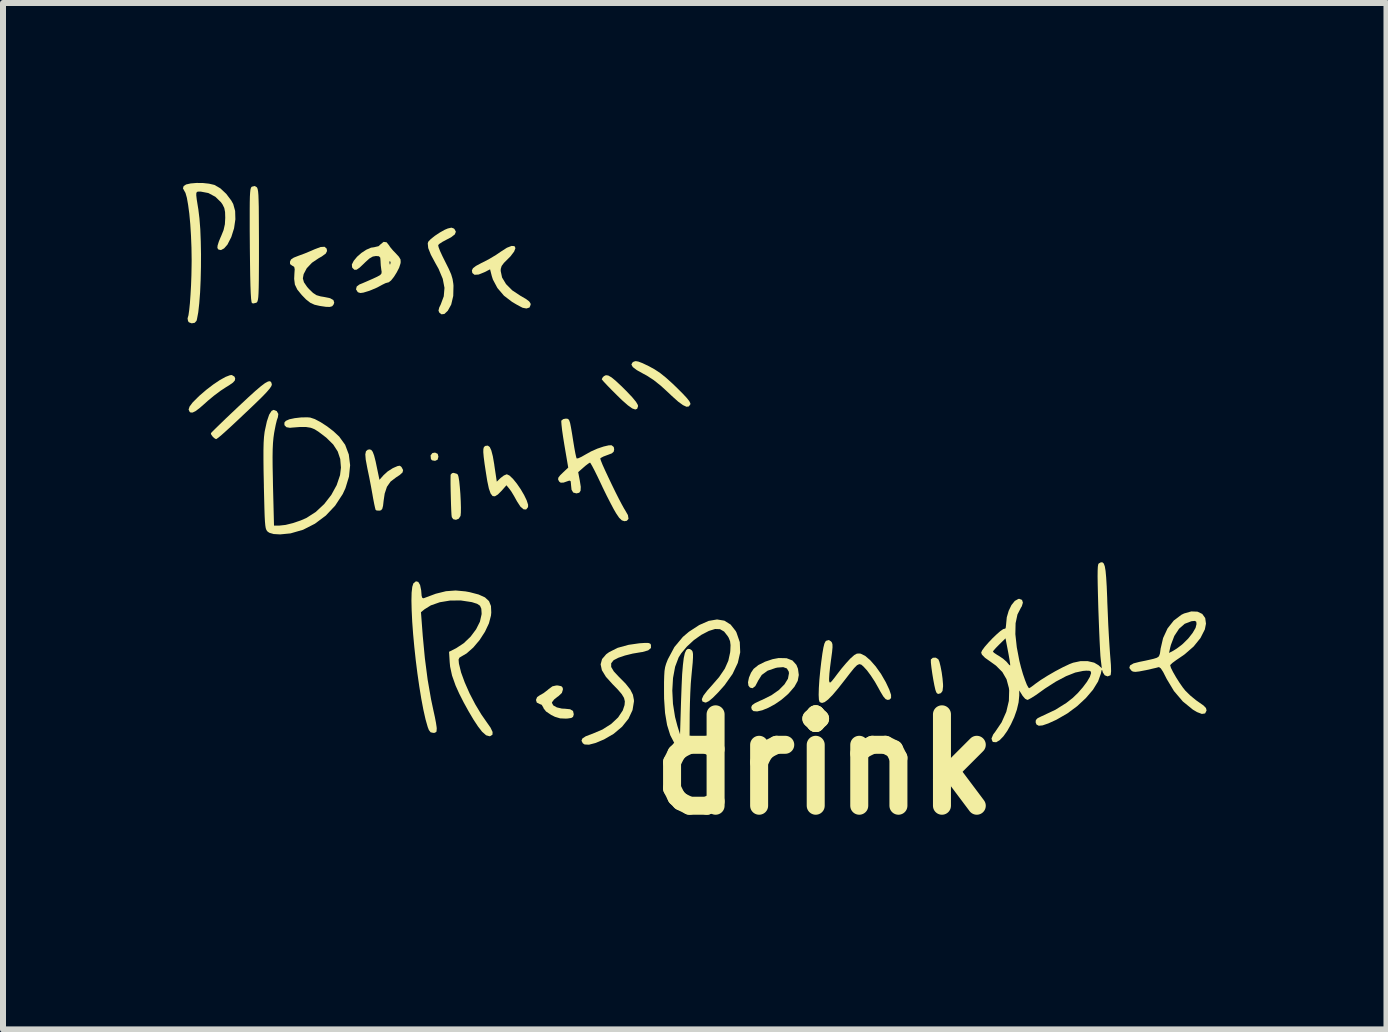
<source format=kicad_pcb>
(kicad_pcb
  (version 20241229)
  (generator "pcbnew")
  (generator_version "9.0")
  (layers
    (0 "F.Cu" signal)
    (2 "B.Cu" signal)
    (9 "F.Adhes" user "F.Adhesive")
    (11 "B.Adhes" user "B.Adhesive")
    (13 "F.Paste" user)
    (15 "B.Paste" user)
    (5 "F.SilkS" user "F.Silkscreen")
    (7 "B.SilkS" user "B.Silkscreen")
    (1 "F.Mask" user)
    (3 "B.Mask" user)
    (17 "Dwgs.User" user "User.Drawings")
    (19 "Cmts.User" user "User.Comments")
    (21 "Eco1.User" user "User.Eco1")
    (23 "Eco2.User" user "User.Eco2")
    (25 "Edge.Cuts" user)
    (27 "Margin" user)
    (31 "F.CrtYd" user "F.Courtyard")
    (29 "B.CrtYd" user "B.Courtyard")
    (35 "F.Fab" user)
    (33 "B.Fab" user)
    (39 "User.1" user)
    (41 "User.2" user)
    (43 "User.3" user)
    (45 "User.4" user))
  (footprint "drink"
    (layer "F.Cu")
    (at 10.694 9.693)
    (property "Reference" "drink" (at 0 0 0) (layer "F.SilkS") (effects (font (size 1.524 1.524) (thickness 0.3))))
    (attr board_only exclude_from_pos_files exclude_from_bom)
    (fp_poly (pts (xy -6.447 -5.177) (xy -6.435 -5.129) (xy -6.449 -5.079) (xy -6.491 -5.06) (xy -6.542 -5.069) (xy -6.56 -5.09) (xy -6.566 -5.151) (xy -6.536 -5.19) (xy -6.491 -5.198)) (stroke (width 0) (type solid)) (fill yes) (layer "F.SilkS"))
    (fp_poly (pts (xy -3.604 -6.483) (xy -3.551 -6.453) (xy -3.481 -6.396) (xy -3.387 -6.308) (xy -3.308 -6.23) (xy -3.206 -6.123) (xy -3.141 -6.044) (xy -3.11 -5.991) (xy -3.107 -5.971) (xy -3.122 -5.928) (xy -3.153 -5.916) (xy -3.204 -5.934) (xy -3.277 -5.986) (xy -3.376 -6.073) (xy -3.462 -6.157) (xy -3.551 -6.246) (xy -3.626 -6.323) (xy -3.681 -6.382) (xy -3.71 -6.417) (xy -3.712 -6.422) (xy -3.696 -6.452) (xy -3.675 -6.473) (xy -3.643 -6.488)) (stroke (width 0) (type solid)) (fill yes) (layer "F.SilkS"))
    (fp_poly (pts (xy 1.899 -1.752) (xy 1.917 -1.71) (xy 1.936 -1.633) (xy 1.955 -1.535) (xy 1.969 -1.432) (xy 1.977 -1.338) (xy 1.978 -1.301) (xy 1.969 -1.224) (xy 1.942 -1.188) (xy 1.94 -1.187) (xy 1.898 -1.174) (xy 1.877 -1.184) (xy 1.864 -1.203) (xy 1.85 -1.242) (xy 1.833 -1.316) (xy 1.815 -1.411) (xy 1.798 -1.514) (xy 1.784 -1.613) (xy 1.775 -1.693) (xy 1.774 -1.743) (xy 1.775 -1.75) (xy 1.808 -1.778) (xy 1.857 -1.779)) (stroke (width 0) (type solid)) (fill yes) (layer "F.SilkS"))
    (fp_poly (pts (xy -9.835 -6.464) (xy -9.823 -6.433) (xy -9.829 -6.4) (xy -9.86 -6.365) (xy -9.924 -6.32) (xy -9.975 -6.289) (xy -10.068 -6.228) (xy -10.176 -6.147) (xy -10.281 -6.06) (xy -10.316 -6.028) (xy -10.414 -5.942) (xy -10.484 -5.889) (xy -10.534 -5.865) (xy -10.569 -5.867) (xy -10.583 -5.878) (xy -10.6 -5.915) (xy -10.584 -5.965) (xy -10.533 -6.033) (xy -10.444 -6.122) (xy -10.417 -6.148) (xy -10.304 -6.245) (xy -10.189 -6.333) (xy -10.079 -6.407) (xy -9.983 -6.46) (xy -9.91 -6.488) (xy -9.879 -6.491)) (stroke (width 0) (type solid)) (fill yes) (layer "F.SilkS"))
    (fp_poly (pts (xy -6.13 -4.845) (xy -6.111 -4.83) (xy -6.1 -4.793) (xy -6.088 -4.72) (xy -6.078 -4.621) (xy -6.069 -4.507) (xy -6.063 -4.391) (xy -6.06 -4.284) (xy -6.061 -4.197) (xy -6.066 -4.143) (xy -6.067 -4.141) (xy -6.096 -4.096) (xy -6.143 -4.077) (xy -6.188 -4.087) (xy -6.212 -4.121) (xy -6.217 -4.158) (xy -6.221 -4.231) (xy -6.225 -4.331) (xy -6.228 -4.445) (xy -6.231 -4.563) (xy -6.233 -4.672) (xy -6.233 -4.762) (xy -6.232 -4.821) (xy -6.231 -4.83) (xy -6.208 -4.855) (xy -6.182 -4.86)) (stroke (width 0) (type solid)) (fill yes) (layer "F.SilkS"))
    (fp_poly (pts (xy -3.101 -6.715) (xy -3.033 -6.689) (xy -2.933 -6.641) (xy -2.93 -6.64) (xy -2.83 -6.585) (xy -2.738 -6.524) (xy -2.642 -6.447) (xy -2.53 -6.346) (xy -2.474 -6.292) (xy -2.368 -6.187) (xy -2.296 -6.11) (xy -2.253 -6.056) (xy -2.235 -6.02) (xy -2.235 -6.002) (xy -2.261 -5.967) (xy -2.3 -5.962) (xy -2.358 -5.989) (xy -2.439 -6.048) (xy -2.545 -6.143) (xy -2.59 -6.186) (xy -2.725 -6.31) (xy -2.844 -6.405) (xy -2.959 -6.48) (xy -3.017 -6.511) (xy -3.128 -6.573) (xy -3.195 -6.624) (xy -3.218 -6.665) (xy -3.201 -6.699) (xy -3.179 -6.714) (xy -3.146 -6.723)) (stroke (width 0) (type solid)) (fill yes) (layer "F.SilkS"))
    (fp_poly (pts (xy -9.224 -6.373) (xy -9.213 -6.34) (xy -9.212 -6.335) (xy -9.219 -6.308) (xy -9.247 -6.266) (xy -9.299 -6.205) (xy -9.379 -6.122) (xy -9.491 -6.013) (xy -9.579 -5.929) (xy -9.743 -5.774) (xy -9.875 -5.65) (xy -9.978 -5.556) (xy -10.054 -5.488) (xy -10.105 -5.446) (xy -10.135 -5.425) (xy -10.143 -5.422) (xy -10.169 -5.437) (xy -10.196 -5.461) (xy -10.224 -5.5) (xy -10.228 -5.521) (xy -10.209 -5.542) (xy -10.159 -5.592) (xy -10.083 -5.666) (xy -9.986 -5.76) (xy -9.872 -5.868) (xy -9.763 -5.971) (xy -9.611 -6.113) (xy -9.49 -6.223) (xy -9.396 -6.303) (xy -9.326 -6.356) (xy -9.276 -6.383) (xy -9.243 -6.388)) (stroke (width 0) (type solid)) (fill yes) (layer "F.SilkS"))
    (fp_poly (pts (xy -4.442 -1.315) (xy -4.385 -1.303) (xy -4.362 -1.276) (xy -4.36 -1.246) (xy -4.377 -1.191) (xy -4.433 -1.138) (xy -4.451 -1.126) (xy -4.507 -1.081) (xy -4.539 -1.039) (xy -4.543 -1.026) (xy -4.52 -0.983) (xy -4.461 -0.95) (xy -4.376 -0.93) (xy -4.328 -0.928) (xy -4.239 -0.919) (xy -4.191 -0.89) (xy -4.179 -0.838) (xy -4.18 -0.828) (xy -4.191 -0.792) (xy -4.219 -0.774) (xy -4.278 -0.765) (xy -4.311 -0.763) (xy -4.406 -0.767) (xy -4.493 -0.793) (xy -4.555 -0.824) (xy -4.641 -0.882) (xy -4.682 -0.934) (xy -4.685 -0.945) (xy -4.713 -0.993) (xy -4.746 -1.006) (xy -4.795 -1.03) (xy -4.809 -1.074) (xy -4.79 -1.121) (xy -4.746 -1.152) (xy -4.682 -1.188) (xy -4.613 -1.241) (xy -4.601 -1.252) (xy -4.535 -1.301) (xy -4.47 -1.316)) (stroke (width 0) (type solid)) (fill yes) (layer "F.SilkS"))
    (fp_poly (pts (xy -7.554 -5.242) (xy -7.53 -5.21) (xy -7.507 -5.149) (xy -7.482 -5.051) (xy -7.462 -4.955) (xy -7.418 -4.744) (xy -7.349 -4.822) (xy -7.281 -4.884) (xy -7.198 -4.937) (xy -7.179 -4.946) (xy -7.116 -4.973) (xy -7.081 -4.979) (xy -7.058 -4.965) (xy -7.045 -4.948) (xy -7.024 -4.906) (xy -7.033 -4.867) (xy -7.079 -4.825) (xy -7.143 -4.783) (xy -7.233 -4.714) (xy -7.293 -4.628) (xy -7.331 -4.514) (xy -7.348 -4.399) (xy -7.358 -4.311) (xy -7.371 -4.261) (xy -7.391 -4.237) (xy -7.416 -4.23) (xy -7.464 -4.232) (xy -7.482 -4.243) (xy -7.491 -4.275) (xy -7.506 -4.343) (xy -7.524 -4.437) (xy -7.534 -4.495) (xy -7.559 -4.633) (xy -7.589 -4.789) (xy -7.619 -4.932) (xy -7.623 -4.953) (xy -7.647 -5.081) (xy -7.654 -5.168) (xy -7.643 -5.221) (xy -7.613 -5.246) (xy -7.581 -5.251)) (stroke (width 0) (type solid)) (fill yes) (layer "F.SilkS"))
    (fp_poly (pts (xy -6.179 -8.934) (xy -6.168 -8.925) (xy -6.144 -8.88) (xy -6.162 -8.835) (xy -6.224 -8.787) (xy -6.295 -8.75) (xy -6.368 -8.711) (xy -6.421 -8.676) (xy -6.439 -8.657) (xy -6.433 -8.624) (xy -6.408 -8.559) (xy -6.367 -8.47) (xy -6.322 -8.38) (xy -6.262 -8.26) (xy -6.222 -8.168) (xy -6.199 -8.09) (xy -6.187 -8.014) (xy -6.184 -7.98) (xy -6.188 -7.809) (xy -6.222 -7.665) (xy -6.279 -7.562) (xy -6.335 -7.509) (xy -6.384 -7.503) (xy -6.421 -7.532) (xy -6.434 -7.565) (xy -6.422 -7.615) (xy -6.397 -7.666) (xy -6.346 -7.803) (xy -6.334 -7.944) (xy -6.363 -8.095) (xy -6.433 -8.262) (xy -6.484 -8.353) (xy -6.561 -8.496) (xy -6.605 -8.607) (xy -6.613 -8.686) (xy -6.604 -8.714) (xy -6.563 -8.757) (xy -6.494 -8.812) (xy -6.411 -8.867) (xy -6.329 -8.913) (xy -6.279 -8.934) (xy -6.218 -8.948)) (stroke (width 0) (type solid)) (fill yes) (layer "F.SilkS"))
    (fp_poly (pts (xy -9.466 -9.624) (xy -9.456 -9.612) (xy -9.448 -9.588) (xy -9.441 -9.549) (xy -9.436 -9.491) (xy -9.433 -9.408) (xy -9.43 -9.296) (xy -9.429 -9.151) (xy -9.428 -8.967) (xy -9.427 -8.741) (xy -9.427 -8.656) (xy -9.427 -8.417) (xy -9.428 -8.222) (xy -9.429 -8.066) (xy -9.431 -7.946) (xy -9.434 -7.856) (xy -9.438 -7.791) (xy -9.444 -7.748) (xy -9.451 -7.72) (xy -9.46 -7.705) (xy -9.471 -7.696) (xy -9.471 -7.696) (xy -9.52 -7.684) (xy -9.544 -7.69) (xy -9.551 -7.711) (xy -9.558 -7.765) (xy -9.564 -7.855) (xy -9.569 -7.984) (xy -9.573 -8.153) (xy -9.576 -8.366) (xy -9.579 -8.625) (xy -9.579 -8.656) (xy -9.581 -8.898) (xy -9.581 -9.095) (xy -9.581 -9.253) (xy -9.58 -9.376) (xy -9.578 -9.468) (xy -9.574 -9.534) (xy -9.569 -9.579) (xy -9.562 -9.608) (xy -9.553 -9.624) (xy -9.545 -9.631) (xy -9.497 -9.642)) (stroke (width 0) (type solid)) (fill yes) (layer "F.SilkS"))
    (fp_poly (pts (xy -5.579 -5.29) (xy -5.553 -5.233) (xy -5.528 -5.137) (xy -5.504 -4.998) (xy -5.503 -4.987) (xy -5.462 -4.713) (xy -5.398 -4.775) (xy -5.344 -4.816) (xy -5.299 -4.835) (xy -5.294 -4.836) (xy -5.25 -4.815) (xy -5.192 -4.76) (xy -5.128 -4.681) (xy -5.064 -4.588) (xy -5.007 -4.491) (xy -4.964 -4.402) (xy -4.94 -4.329) (xy -4.941 -4.289) (xy -4.973 -4.249) (xy -5.016 -4.252) (xy -5.068 -4.297) (xy -5.122 -4.38) (xy -5.128 -4.39) (xy -5.175 -4.475) (xy -5.221 -4.551) (xy -5.251 -4.592) (xy -5.301 -4.653) (xy -5.382 -4.561) (xy -5.444 -4.499) (xy -5.493 -4.469) (xy -5.532 -4.473) (xy -5.565 -4.516) (xy -5.594 -4.598) (xy -5.621 -4.725) (xy -5.641 -4.85) (xy -5.665 -5.007) (xy -5.68 -5.123) (xy -5.687 -5.204) (xy -5.686 -5.257) (xy -5.677 -5.288) (xy -5.66 -5.305) (xy -5.65 -5.31) (xy -5.611 -5.314)) (stroke (width 0) (type solid)) (fill yes) (layer "F.SilkS"))
    (fp_poly (pts (xy -5.167 -8.64) (xy -5.151 -8.607) (xy -5.173 -8.549) (xy -5.234 -8.469) (xy -5.275 -8.428) (xy -5.343 -8.36) (xy -5.381 -8.309) (xy -5.396 -8.259) (xy -5.397 -8.226) (xy -5.374 -8.117) (xy -5.308 -8.007) (xy -5.205 -7.903) (xy -5.069 -7.813) (xy -5.066 -7.811) (xy -4.976 -7.759) (xy -4.923 -7.719) (xy -4.9 -7.685) (xy -4.897 -7.664) (xy -4.916 -7.617) (xy -4.967 -7.6) (xy -5.031 -7.612) (xy -5.07 -7.632) (xy -5.136 -7.668) (xy -5.207 -7.71) (xy -5.342 -7.813) (xy -5.452 -7.942) (xy -5.527 -8.083) (xy -5.545 -8.139) (xy -5.574 -8.253) (xy -5.668 -8.205) (xy -5.765 -8.166) (xy -5.833 -8.162) (xy -5.87 -8.192) (xy -5.87 -8.194) (xy -5.877 -8.235) (xy -5.859 -8.272) (xy -5.809 -8.31) (xy -5.721 -8.357) (xy -5.694 -8.37) (xy -5.587 -8.426) (xy -5.475 -8.493) (xy -5.396 -8.547) (xy -5.293 -8.613) (xy -5.216 -8.643)) (stroke (width 0) (type solid)) (fill yes) (layer "F.SilkS"))
    (fp_poly (pts (xy -8.298 -8.598) (xy -8.292 -8.558) (xy -8.313 -8.516) (xy -8.38 -8.467) (xy -8.43 -8.439) (xy -8.543 -8.363) (xy -8.63 -8.271) (xy -8.682 -8.173) (xy -8.695 -8.102) (xy -8.677 -8.037) (xy -8.623 -7.958) (xy -8.591 -7.923) (xy -8.525 -7.859) (xy -8.468 -7.822) (xy -8.399 -7.802) (xy -8.344 -7.793) (xy -8.242 -7.772) (xy -8.186 -7.741) (xy -8.172 -7.698) (xy -8.184 -7.664) (xy -8.207 -7.637) (xy -8.247 -7.626) (xy -8.312 -7.628) (xy -8.414 -7.643) (xy -8.501 -7.663) (xy -8.572 -7.696) (xy -8.642 -7.751) (xy -8.714 -7.825) (xy -8.788 -7.916) (xy -8.828 -7.999) (xy -8.84 -8.094) (xy -8.836 -8.181) (xy -8.831 -8.254) (xy -8.839 -8.293) (xy -8.863 -8.31) (xy -8.871 -8.312) (xy -8.908 -8.34) (xy -8.91 -8.379) (xy -8.893 -8.417) (xy -8.847 -8.448) (xy -8.768 -8.479) (xy -8.665 -8.517) (xy -8.552 -8.564) (xy -8.5 -8.587) (xy -8.4 -8.625) (xy -8.333 -8.629)) (stroke (width 0) (type solid)) (fill yes) (layer "F.SilkS"))
    (fp_poly (pts (xy -0.631 -1.77) (xy -0.533 -1.732) (xy -0.467 -1.659) (xy -0.441 -1.594) (xy -0.427 -1.49) (xy -0.445 -1.393) (xy -0.5 -1.294) (xy -0.595 -1.184) (xy -0.622 -1.158) (xy -0.721 -1.074) (xy -0.828 -1.001) (xy -0.936 -0.943) (xy -1.036 -0.902) (xy -1.121 -0.883) (xy -1.183 -0.888) (xy -1.212 -0.915) (xy -1.22 -0.954) (xy -1.205 -0.987) (xy -1.159 -1.02) (xy -1.078 -1.059) (xy -1.033 -1.078) (xy -0.883 -1.153) (xy -0.759 -1.24) (xy -0.666 -1.334) (xy -0.608 -1.428) (xy -0.591 -1.519) (xy -0.595 -1.547) (xy -0.626 -1.599) (xy -0.687 -1.621) (xy -0.782 -1.614) (xy -0.811 -1.608) (xy -0.947 -1.562) (xy -1.045 -1.491) (xy -1.108 -1.391) (xy -1.113 -1.379) (xy -1.153 -1.304) (xy -1.198 -1.27) (xy -1.241 -1.28) (xy -1.267 -1.313) (xy -1.274 -1.369) (xy -1.258 -1.447) (xy -1.224 -1.528) (xy -1.181 -1.592) (xy -1.101 -1.656) (xy -0.989 -1.712) (xy -0.864 -1.754) (xy -0.763 -1.773)) (stroke (width 0) (type solid)) (fill yes) (layer "F.SilkS"))
    (fp_poly (pts (xy -2.934 -2.024) (xy -2.905 -2.013) (xy -2.892 -1.994) (xy -2.892 -1.94) (xy -2.938 -1.901) (xy -3.031 -1.874) (xy -3.059 -1.87) (xy -3.196 -1.847) (xy -3.325 -1.815) (xy -3.434 -1.778) (xy -3.51 -1.739) (xy -3.515 -1.736) (xy -3.555 -1.685) (xy -3.555 -1.624) (xy -3.511 -1.55) (xy -3.429 -1.462) (xy -3.315 -1.347) (xy -3.238 -1.25) (xy -3.193 -1.162) (xy -3.176 -1.075) (xy -3.175 -1.051) (xy -3.199 -0.905) (xy -3.266 -0.762) (xy -3.373 -0.628) (xy -3.514 -0.509) (xy -3.674 -0.416) (xy -3.818 -0.356) (xy -3.926 -0.328) (xy -3.999 -0.332) (xy -4.028 -0.352) (xy -4.05 -0.394) (xy -4.035 -0.432) (xy -3.98 -0.468) (xy -3.881 -0.506) (xy -3.871 -0.509) (xy -3.701 -0.581) (xy -3.555 -0.674) (xy -3.44 -0.782) (xy -3.362 -0.899) (xy -3.332 -0.989) (xy -3.327 -1.05) (xy -3.341 -1.108) (xy -3.379 -1.171) (xy -3.445 -1.248) (xy -3.531 -1.336) (xy -3.643 -1.46) (xy -3.71 -1.57) (xy -3.731 -1.668) (xy -3.707 -1.756) (xy -3.638 -1.836) (xy -3.59 -1.871) (xy -3.447 -1.943) (xy -3.265 -1.993) (xy -3.084 -2.019) (xy -2.99 -2.025)) (stroke (width 0) (type solid)) (fill yes) (layer "F.SilkS"))
    (fp_poly (pts (xy 0.11 -2.05) (xy 0.126 -2.029) (xy 0.134 -1.999) (xy 0.135 -1.952) (xy 0.128 -1.876) (xy 0.113 -1.764) (xy 0.109 -1.736) (xy 0.094 -1.619) (xy 0.083 -1.514) (xy 0.078 -1.434) (xy 0.078 -1.396) (xy 0.084 -1.369) (xy 0.097 -1.364) (xy 0.123 -1.388) (xy 0.167 -1.443) (xy 0.212 -1.503) (xy 0.284 -1.596) (xy 0.361 -1.687) (xy 0.426 -1.758) (xy 0.435 -1.767) (xy 0.497 -1.822) (xy 0.542 -1.847) (xy 0.588 -1.848) (xy 0.606 -1.845) (xy 0.679 -1.809) (xy 0.764 -1.736) (xy 0.854 -1.634) (xy 0.943 -1.509) (xy 1.023 -1.37) (xy 1.025 -1.366) (xy 1.082 -1.245) (xy 1.111 -1.159) (xy 1.111 -1.105) (xy 1.083 -1.079) (xy 1.052 -1.075) (xy 1.02 -1.088) (xy 0.982 -1.132) (xy 0.933 -1.213) (xy 0.901 -1.272) (xy 0.841 -1.378) (xy 0.772 -1.483) (xy 0.709 -1.568) (xy 0.696 -1.582) (xy 0.65 -1.632) (xy 0.614 -1.663) (xy 0.58 -1.671) (xy 0.543 -1.653) (xy 0.496 -1.606) (xy 0.432 -1.527) (xy 0.347 -1.417) (xy 0.23 -1.268) (xy 0.136 -1.157) (xy 0.062 -1.082) (xy 0.004 -1.038) (xy -0.04 -1.024) (xy -0.075 -1.036) (xy -0.081 -1.042) (xy -0.092 -1.079) (xy -0.096 -1.158) (xy -0.093 -1.272) (xy -0.084 -1.413) (xy -0.068 -1.577) (xy -0.053 -1.707) (xy -0.034 -1.848) (xy -0.017 -1.947) (xy -0.001 -2.012) (xy 0.017 -2.049) (xy 0.03 -2.061) (xy 0.074 -2.073)) (stroke (width 0) (type solid)) (fill yes) (layer "F.SilkS"))
    (fp_poly (pts (xy -7.299 -8.704) (xy -7.263 -8.659) (xy -7.238 -8.622) (xy -7.191 -8.566) (xy -7.15 -8.524) (xy -7.094 -8.463) (xy -7.067 -8.418) (xy -7.064 -8.374) (xy -7.068 -8.348) (xy -7.09 -8.28) (xy -7.13 -8.202) (xy -7.177 -8.127) (xy -7.224 -8.068) (xy -7.263 -8.037) (xy -7.272 -8.035) (xy -7.316 -8.023) (xy -7.377 -7.993) (xy -7.389 -7.986) (xy -7.458 -7.949) (xy -7.549 -7.91) (xy -7.603 -7.89) (xy -7.685 -7.865) (xy -7.736 -7.858) (xy -7.772 -7.869) (xy -7.781 -7.875) (xy -7.809 -7.919) (xy -7.797 -7.967) (xy -7.751 -8.001) (xy -7.749 -8.002) (xy -7.706 -8.019) (xy -7.634 -8.05) (xy -7.547 -8.088) (xy -7.538 -8.092) (xy -7.454 -8.131) (xy -7.405 -8.159) (xy -7.384 -8.185) (xy -7.382 -8.216) (xy -7.386 -8.238) (xy -7.396 -8.317) (xy -7.399 -8.367) (xy -7.252 -8.367) (xy -7.247 -8.335) (xy -7.239 -8.335) (xy -7.233 -8.368) (xy -7.237 -8.382) (xy -7.248 -8.391) (xy -7.252 -8.367) (xy -7.399 -8.367) (xy -7.4 -8.392) (xy -7.405 -8.448) (xy -7.427 -8.471) (xy -7.477 -8.475) (xy -7.529 -8.466) (xy -7.585 -8.434) (xy -7.654 -8.372) (xy -7.675 -8.351) (xy -7.748 -8.282) (xy -7.798 -8.247) (xy -7.835 -8.245) (xy -7.865 -8.273) (xy -7.874 -8.286) (xy -7.878 -8.334) (xy -7.847 -8.395) (xy -7.791 -8.463) (xy -7.718 -8.527) (xy -7.637 -8.58) (xy -7.559 -8.614) (xy -7.509 -8.621) (xy -7.433 -8.639) (xy -7.395 -8.674) (xy -7.349 -8.711)) (stroke (width 0) (type solid)) (fill yes) (layer "F.SilkS"))
    (fp_poly (pts (xy -10.361 -9.692) (xy -10.259 -9.681) (xy -10.173 -9.661) (xy -10.167 -9.659) (xy -10.069 -9.602) (xy -9.972 -9.511) (xy -9.889 -9.401) (xy -9.856 -9.342) (xy -9.824 -9.227) (xy -9.82 -9.087) (xy -9.842 -8.937) (xy -9.888 -8.791) (xy -9.953 -8.664) (xy -10.008 -8.602) (xy -10.06 -8.574) (xy -10.103 -8.583) (xy -10.12 -8.609) (xy -10.117 -8.648) (xy -10.096 -8.716) (xy -10.062 -8.798) (xy -10.061 -8.798) (xy -10.017 -8.907) (xy -9.995 -9.004) (xy -9.989 -9.112) (xy -9.992 -9.208) (xy -10.005 -9.275) (xy -10.034 -9.334) (xy -10.06 -9.371) (xy -10.153 -9.462) (xy -10.271 -9.525) (xy -10.398 -9.549) (xy -10.405 -9.549) (xy -10.438 -9.549) (xy -10.46 -9.544) (xy -10.471 -9.525) (xy -10.472 -9.486) (xy -10.464 -9.417) (xy -10.447 -9.311) (xy -10.437 -9.25) (xy -10.419 -9.101) (xy -10.405 -8.922) (xy -10.397 -8.721) (xy -10.393 -8.507) (xy -10.394 -8.288) (xy -10.399 -8.073) (xy -10.408 -7.87) (xy -10.422 -7.688) (xy -10.439 -7.535) (xy -10.461 -7.419) (xy -10.468 -7.394) (xy -10.499 -7.361) (xy -10.549 -7.353) (xy -10.595 -7.37) (xy -10.609 -7.39) (xy -10.617 -7.433) (xy -10.614 -7.446) (xy -10.602 -7.488) (xy -10.59 -7.572) (xy -10.578 -7.688) (xy -10.568 -7.829) (xy -10.559 -7.987) (xy -10.553 -8.154) (xy -10.55 -8.321) (xy -10.549 -8.409) (xy -10.552 -8.615) (xy -10.56 -8.816) (xy -10.572 -9.007) (xy -10.588 -9.18) (xy -10.608 -9.329) (xy -10.629 -9.447) (xy -10.652 -9.527) (xy -10.669 -9.557) (xy -10.694 -9.603) (xy -10.682 -9.642) (xy -10.641 -9.668) (xy -10.565 -9.685) (xy -10.468 -9.693)) (stroke (width 0) (type solid)) (fill yes) (layer "F.SilkS"))
    (fp_poly (pts (xy 6.22 -2.546) (xy 6.299 -2.508) (xy 6.348 -2.44) (xy 6.361 -2.346) (xy 6.342 -2.25) (xy 6.269 -2.106) (xy 6.155 -1.965) (xy 6.007 -1.836) (xy 5.944 -1.792) (xy 5.863 -1.737) (xy 5.801 -1.691) (xy 5.768 -1.659) (xy 5.764 -1.653) (xy 5.777 -1.609) (xy 5.812 -1.539) (xy 5.862 -1.452) (xy 5.919 -1.362) (xy 5.976 -1.28) (xy 6.017 -1.229) (xy 6.097 -1.15) (xy 6.193 -1.071) (xy 6.247 -1.033) (xy 6.322 -0.98) (xy 6.361 -0.939) (xy 6.37 -0.902) (xy 6.37 -0.896) (xy 6.346 -0.849) (xy 6.292 -0.841) (xy 6.211 -0.872) (xy 6.142 -0.913) (xy 5.975 -1.049) (xy 5.827 -1.223) (xy 5.706 -1.424) (xy 5.697 -1.442) (xy 5.646 -1.542) (xy 5.608 -1.6) (xy 5.579 -1.621) (xy 5.568 -1.62) (xy 5.528 -1.609) (xy 5.454 -1.592) (xy 5.362 -1.571) (xy 5.345 -1.568) (xy 5.246 -1.549) (xy 5.183 -1.542) (xy 5.143 -1.547) (xy 5.119 -1.561) (xy 5.083 -1.608) (xy 5.095 -1.649) (xy 5.154 -1.684) (xy 5.252 -1.709) (xy 5.351 -1.729) (xy 5.449 -1.751) (xy 5.487 -1.76) (xy 5.544 -1.778) (xy 5.576 -1.801) (xy 5.592 -1.842) (xy 5.595 -1.858) (xy 5.745 -1.858) (xy 5.815 -1.894) (xy 5.877 -1.933) (xy 5.95 -1.988) (xy 5.975 -2.009) (xy 6.065 -2.098) (xy 6.138 -2.191) (xy 6.187 -2.275) (xy 6.203 -2.339) (xy 6.199 -2.378) (xy 6.176 -2.392) (xy 6.122 -2.387) (xy 6.114 -2.385) (xy 6.007 -2.344) (xy 5.912 -2.261) (xy 5.833 -2.141) (xy 5.776 -1.991) (xy 5.765 -1.949) (xy 5.745 -1.858) (xy 5.595 -1.858) (xy 5.603 -1.916) (xy 5.604 -1.926) (xy 5.646 -2.106) (xy 5.72 -2.266) (xy 5.824 -2.398) (xy 5.951 -2.494) (xy 5.996 -2.516) (xy 6.117 -2.55)) (stroke (width 0) (type solid)) (fill yes) (layer "F.SilkS"))
    (fp_poly (pts (xy -4.288 -5.763) (xy -4.269 -5.755) (xy -4.254 -5.734) (xy -4.24 -5.692) (xy -4.226 -5.622) (xy -4.208 -5.518) (xy -4.187 -5.385) (xy -4.169 -5.276) (xy -4.152 -5.184) (xy -4.138 -5.122) (xy -4.13 -5.1) (xy -4.104 -5.103) (xy -4.049 -5.128) (xy -3.988 -5.163) (xy -3.891 -5.217) (xy -3.785 -5.264) (xy -3.681 -5.299) (xy -3.595 -5.319) (xy -3.548 -5.32) (xy -3.512 -5.291) (xy -3.505 -5.252) (xy -3.513 -5.213) (xy -3.544 -5.185) (xy -3.61 -5.16) (xy -3.621 -5.156) (xy -3.687 -5.131) (xy -3.729 -5.108) (xy -3.737 -5.098) (xy -3.726 -5.063) (xy -3.698 -4.993) (xy -3.655 -4.898) (xy -3.602 -4.785) (xy -3.544 -4.663) (xy -3.485 -4.542) (xy -3.428 -4.429) (xy -3.378 -4.334) (xy -3.34 -4.265) (xy -3.326 -4.243) (xy -3.276 -4.156) (xy -3.266 -4.094) (xy -3.294 -4.061) (xy -3.334 -4.054) (xy -3.377 -4.068) (xy -3.423 -4.112) (xy -3.473 -4.186) (xy -3.513 -4.255) (xy -3.567 -4.357) (xy -3.63 -4.48) (xy -3.695 -4.613) (xy -3.724 -4.675) (xy -3.781 -4.795) (xy -3.832 -4.898) (xy -3.873 -4.976) (xy -3.9 -5.022) (xy -3.908 -5.031) (xy -3.934 -5.016) (xy -3.983 -4.979) (xy -4.014 -4.952) (xy -4.105 -4.872) (xy -4.078 -4.73) (xy -4.062 -4.627) (xy -4.065 -4.562) (xy -4.087 -4.529) (xy -4.132 -4.518) (xy -4.136 -4.518) (xy -4.188 -4.532) (xy -4.216 -4.579) (xy -4.225 -4.665) (xy -4.225 -4.669) (xy -4.23 -4.72) (xy -4.25 -4.731) (xy -4.268 -4.726) (xy -4.348 -4.698) (xy -4.397 -4.696) (xy -4.423 -4.716) (xy -4.44 -4.75) (xy -4.436 -4.78) (xy -4.406 -4.819) (xy -4.358 -4.866) (xy -4.271 -4.948) (xy -4.335 -5.323) (xy -4.356 -5.454) (xy -4.373 -5.57) (xy -4.383 -5.661) (xy -4.387 -5.718) (xy -4.386 -5.731) (xy -4.354 -5.756) (xy -4.314 -5.764)) (stroke (width 0) (type solid)) (fill yes) (layer "F.SilkS"))
    (fp_poly (pts (xy -9.131 -5.89) (xy -9.104 -5.842) (xy -9.112 -5.784) (xy -9.114 -5.78) (xy -9.129 -5.737) (xy -9.148 -5.659) (xy -9.167 -5.562) (xy -9.174 -5.524) (xy -9.185 -5.445) (xy -9.193 -5.356) (xy -9.198 -5.252) (xy -9.2 -5.124) (xy -9.199 -4.965) (xy -9.195 -4.769) (xy -9.193 -4.646) (xy -9.176 -3.981) (xy -9.086 -3.981) (xy -8.984 -3.992) (xy -8.859 -4.023) (xy -8.73 -4.067) (xy -8.634 -4.109) (xy -8.479 -4.209) (xy -8.339 -4.34) (xy -8.221 -4.492) (xy -8.131 -4.656) (xy -8.075 -4.822) (xy -8.06 -4.947) (xy -8.072 -5.091) (xy -8.114 -5.217) (xy -8.19 -5.334) (xy -8.306 -5.448) (xy -8.435 -5.546) (xy -8.5 -5.587) (xy -8.564 -5.612) (xy -8.64 -5.624) (xy -8.737 -5.625) (xy -8.869 -5.615) (xy -8.911 -5.611) (xy -8.969 -5.621) (xy -9.002 -5.655) (xy -9.003 -5.698) (xy -8.979 -5.727) (xy -8.92 -5.753) (xy -8.83 -5.772) (xy -8.725 -5.784) (xy -8.621 -5.786) (xy -8.573 -5.782) (xy -8.497 -5.757) (xy -8.4 -5.706) (xy -8.292 -5.636) (xy -8.185 -5.554) (xy -8.093 -5.468) (xy -8.091 -5.467) (xy -7.99 -5.328) (xy -7.929 -5.166) (xy -7.907 -4.987) (xy -7.926 -4.798) (xy -7.985 -4.604) (xy -8.03 -4.507) (xy -8.156 -4.314) (xy -8.312 -4.148) (xy -8.494 -4.012) (xy -8.692 -3.911) (xy -8.9 -3.851) (xy -9.074 -3.834) (xy -9.181 -3.84) (xy -9.251 -3.86) (xy -9.278 -3.877) (xy -9.292 -3.891) (xy -9.304 -3.91) (xy -9.314 -3.939) (xy -9.321 -3.983) (xy -9.327 -4.048) (xy -9.332 -4.14) (xy -9.336 -4.264) (xy -9.34 -4.424) (xy -9.345 -4.628) (xy -9.345 -4.653) (xy -9.35 -4.89) (xy -9.352 -5.083) (xy -9.352 -5.238) (xy -9.349 -5.361) (xy -9.343 -5.457) (xy -9.334 -5.532) (xy -9.33 -5.557) (xy -9.295 -5.718) (xy -9.257 -5.83) (xy -9.216 -5.894) (xy -9.181 -5.91)) (stroke (width 0) (type solid)) (fill yes) (layer "F.SilkS"))
    (fp_poly (pts (xy -1.668 -2.396) (xy -1.564 -2.331) (xy -1.479 -2.223) (xy -1.466 -2.198) (xy -1.411 -2.038) (xy -1.404 -1.868) (xy -1.444 -1.692) (xy -1.531 -1.508) (xy -1.665 -1.319) (xy -1.768 -1.203) (xy -1.859 -1.111) (xy -1.926 -1.055) (xy -1.973 -1.032) (xy -1.988 -1.031) (xy -2.034 -1.049) (xy -2.044 -1.087) (xy -2.017 -1.147) (xy -1.952 -1.232) (xy -1.889 -1.302) (xy -1.756 -1.455) (xy -1.661 -1.595) (xy -1.602 -1.728) (xy -1.572 -1.865) (xy -1.569 -1.894) (xy -1.565 -1.988) (xy -1.573 -2.053) (xy -1.596 -2.111) (xy -1.612 -2.137) (xy -1.672 -2.214) (xy -1.741 -2.254) (xy -1.823 -2.257) (xy -1.926 -2.225) (xy -2.053 -2.159) (xy -2.176 -2.072) (xy -2.292 -1.965) (xy -2.387 -1.852) (xy -2.43 -1.784) (xy -2.489 -1.628) (xy -2.524 -1.44) (xy -2.536 -1.23) (xy -2.525 -1.01) (xy -2.49 -0.79) (xy -2.45 -0.638) (xy -2.407 -0.501) (xy -2.39 -1.062) (xy -2.381 -1.305) (xy -2.372 -1.502) (xy -2.359 -1.657) (xy -2.345 -1.774) (xy -2.327 -1.855) (xy -2.304 -1.905) (xy -2.277 -1.926) (xy -2.245 -1.923) (xy -2.228 -1.914) (xy -2.209 -1.899) (xy -2.197 -1.877) (xy -2.191 -1.84) (xy -2.191 -1.782) (xy -2.196 -1.696) (xy -2.208 -1.572) (xy -2.218 -1.465) (xy -2.228 -1.348) (xy -2.236 -1.196) (xy -2.242 -1.023) (xy -2.246 -0.844) (xy -2.247 -0.695) (xy -2.248 -0.507) (xy -2.251 -0.365) (xy -2.257 -0.264) (xy -2.266 -0.202) (xy -2.276 -0.176) (xy -2.307 -0.152) (xy -2.335 -0.155) (xy -2.375 -0.19) (xy -2.397 -0.214) (xy -2.495 -0.341) (xy -2.57 -0.486) (xy -2.623 -0.656) (xy -2.657 -0.857) (xy -2.673 -1.095) (xy -2.674 -1.221) (xy -2.674 -1.368) (xy -2.671 -1.476) (xy -2.666 -1.557) (xy -2.656 -1.62) (xy -2.64 -1.676) (xy -2.617 -1.735) (xy -2.61 -1.752) (xy -2.501 -1.956) (xy -2.36 -2.125) (xy -2.259 -2.211) (xy -2.087 -2.323) (xy -1.93 -2.392) (xy -1.79 -2.416)) (stroke (width 0) (type solid)) (fill yes) (layer "F.SilkS"))
    (fp_poly (pts (xy -6.771 -3.042) (xy -6.741 -2.991) (xy -6.723 -2.906) (xy -6.721 -2.883) (xy -6.715 -2.809) (xy -6.703 -2.775) (xy -6.683 -2.769) (xy -6.672 -2.773) (xy -6.479 -2.845) (xy -6.309 -2.887) (xy -6.148 -2.899) (xy -5.984 -2.884) (xy -5.914 -2.871) (xy -5.765 -2.832) (xy -5.659 -2.784) (xy -5.592 -2.722) (xy -5.559 -2.64) (xy -5.554 -2.532) (xy -5.559 -2.481) (xy -5.593 -2.351) (xy -5.659 -2.211) (xy -5.749 -2.072) (xy -5.854 -1.948) (xy -5.965 -1.85) (xy -6.045 -1.803) (xy -6.085 -1.779) (xy -6.099 -1.747) (xy -6.094 -1.688) (xy -6.092 -1.675) (xy -6.057 -1.532) (xy -5.996 -1.365) (xy -5.916 -1.184) (xy -5.822 -1.003) (xy -5.72 -0.833) (xy -5.636 -0.712) (xy -5.566 -0.612) (xy -5.532 -0.54) (xy -5.534 -0.495) (xy -5.571 -0.471) (xy -5.583 -0.469) (xy -5.64 -0.485) (xy -5.709 -0.546) (xy -5.71 -0.548) (xy -5.775 -0.632) (xy -5.852 -0.749) (xy -5.934 -0.888) (xy -6.015 -1.035) (xy -6.089 -1.181) (xy -6.148 -1.312) (xy -6.15 -1.317) (xy -6.208 -1.481) (xy -6.24 -1.629) (xy -6.247 -1.702) (xy -6.258 -1.877) (xy -6.139 -1.937) (xy -6.013 -2.02) (xy -5.899 -2.129) (xy -5.807 -2.252) (xy -5.743 -2.379) (xy -5.716 -2.5) (xy -5.715 -2.517) (xy -5.72 -2.595) (xy -5.742 -2.645) (xy -5.79 -2.677) (xy -5.875 -2.704) (xy -5.891 -2.707) (xy -6.064 -2.733) (xy -6.242 -2.731) (xy -6.412 -2.703) (xy -6.561 -2.651) (xy -6.666 -2.586) (xy -6.726 -2.537) (xy -6.696 -2.139) (xy -6.661 -1.77) (xy -6.615 -1.414) (xy -6.558 -1.086) (xy -6.519 -0.902) (xy -6.495 -0.793) (xy -6.476 -0.695) (xy -6.465 -0.621) (xy -6.463 -0.598) (xy -6.467 -0.546) (xy -6.493 -0.527) (xy -6.521 -0.525) (xy -6.565 -0.535) (xy -6.594 -0.572) (xy -6.613 -0.621) (xy -6.65 -0.751) (xy -6.686 -0.911) (xy -6.721 -1.096) (xy -6.754 -1.299) (xy -6.785 -1.514) (xy -6.813 -1.736) (xy -6.837 -1.958) (xy -6.857 -2.174) (xy -6.872 -2.379) (xy -6.881 -2.566) (xy -6.885 -2.729) (xy -6.882 -2.863) (xy -6.871 -2.96) (xy -6.853 -3.016) (xy -6.852 -3.018) (xy -6.81 -3.052)) (stroke (width 0) (type solid)) (fill yes) (layer "F.SilkS"))
    (fp_poly (pts (xy 4.657 -3.348) (xy 4.674 -3.302) (xy 4.687 -3.226) (xy 4.697 -3.116) (xy 4.706 -2.968) (xy 4.714 -2.776) (xy 4.716 -2.704) (xy 4.724 -2.517) (xy 4.732 -2.326) (xy 4.742 -2.143) (xy 4.752 -1.981) (xy 4.761 -1.85) (xy 4.764 -1.811) (xy 4.776 -1.658) (xy 4.779 -1.553) (xy 4.773 -1.495) (xy 4.768 -1.485) (xy 4.721 -1.467) (xy 4.673 -1.485) (xy 4.641 -1.534) (xy 4.64 -1.539) (xy 4.629 -1.574) (xy 4.621 -1.57) (xy 4.61 -1.522) (xy 4.608 -1.511) (xy 4.562 -1.382) (xy 4.477 -1.244) (xy 4.358 -1.105) (xy 4.214 -0.971) (xy 4.051 -0.85) (xy 3.874 -0.748) (xy 3.865 -0.743) (xy 3.733 -0.683) (xy 3.637 -0.65) (xy 3.573 -0.644) (xy 3.535 -0.665) (xy 3.521 -0.702) (xy 3.525 -0.739) (xy 3.553 -0.769) (xy 3.617 -0.801) (xy 3.631 -0.807) (xy 3.85 -0.91) (xy 4.031 -1.023) (xy 4.14 -1.108) (xy 4.227 -1.192) (xy 4.308 -1.285) (xy 4.377 -1.377) (xy 4.425 -1.459) (xy 4.445 -1.519) (xy 4.445 -1.523) (xy 4.44 -1.549) (xy 4.416 -1.561) (xy 4.362 -1.562) (xy 4.311 -1.558) (xy 4.182 -1.531) (xy 4.028 -1.47) (xy 3.858 -1.38) (xy 3.677 -1.264) (xy 3.609 -1.215) (xy 3.523 -1.154) (xy 3.449 -1.107) (xy 3.397 -1.079) (xy 3.382 -1.075) (xy 3.346 -1.094) (xy 3.305 -1.141) (xy 3.297 -1.154) (xy 3.248 -1.233) (xy 3.248 -1.148) (xy 3.237 -1.034) (xy 3.208 -0.911) (xy 3.164 -0.786) (xy 3.109 -0.667) (xy 3.048 -0.558) (xy 2.984 -0.468) (xy 2.921 -0.403) (xy 2.863 -0.369) (xy 2.813 -0.373) (xy 2.801 -0.383) (xy 2.785 -0.43) (xy 2.813 -0.498) (xy 2.847 -0.543) (xy 2.954 -0.701) (xy 3.032 -0.877) (xy 3.075 -1.059) (xy 3.08 -1.234) (xy 3.075 -1.274) (xy 3.036 -1.419) (xy 2.966 -1.54) (xy 2.859 -1.647) (xy 2.77 -1.711) (xy 2.677 -1.777) (xy 2.626 -1.829) (xy 2.613 -1.863) (xy 2.62 -1.88) (xy 2.809 -1.88) (xy 2.828 -1.86) (xy 2.877 -1.827) (xy 2.906 -1.81) (xy 2.977 -1.763) (xy 3.035 -1.712) (xy 3.047 -1.698) (xy 3.079 -1.66) (xy 3.097 -1.648) (xy 3.096 -1.674) (xy 3.087 -1.736) (xy 3.072 -1.824) (xy 3.062 -1.878) (xy 3.019 -2.101) (xy 2.914 -1.998) (xy 2.858 -1.941) (xy 2.82 -1.898) (xy 2.809 -1.88) (xy 2.62 -1.88) (xy 2.629 -1.9) (xy 2.671 -1.958) (xy 2.732 -2.028) (xy 2.801 -2.101) (xy 2.872 -2.169) (xy 2.935 -2.224) (xy 2.982 -2.256) (xy 3.002 -2.26) (xy 3.021 -2.269) (xy 3.028 -2.323) (xy 3.029 -2.337) (xy 3.04 -2.452) (xy 3.072 -2.561) (xy 3.118 -2.656) (xy 3.174 -2.725) (xy 3.233 -2.758) (xy 3.248 -2.76) (xy 3.294 -2.742) (xy 3.309 -2.697) (xy 3.291 -2.636) (xy 3.276 -2.612) (xy 3.218 -2.499) (xy 3.187 -2.353) (xy 3.183 -2.171) (xy 3.207 -1.952) (xy 3.25 -1.726) (xy 3.278 -1.615) (xy 3.31 -1.505) (xy 3.344 -1.406) (xy 3.375 -1.327) (xy 3.401 -1.28) (xy 3.413 -1.27) (xy 3.437 -1.284) (xy 3.486 -1.319) (xy 3.515 -1.342) (xy 3.605 -1.406) (xy 3.721 -1.479) (xy 3.849 -1.553) (xy 3.976 -1.62) (xy 4.086 -1.672) (xy 4.146 -1.695) (xy 4.268 -1.721) (xy 4.39 -1.721) (xy 4.497 -1.696) (xy 4.57 -1.653) (xy 4.624 -1.603) (xy 4.607 -1.748) (xy 4.601 -1.81) (xy 4.595 -1.913) (xy 4.588 -2.049) (xy 4.581 -2.211) (xy 4.574 -2.391) (xy 4.567 -2.581) (xy 4.566 -2.612) (xy 4.56 -2.828) (xy 4.556 -3) (xy 4.554 -3.132) (xy 4.555 -3.228) (xy 4.558 -3.294) (xy 4.564 -3.333) (xy 4.573 -3.35) (xy 4.574 -3.35) (xy 4.608 -3.368) (xy 4.635 -3.368)) (stroke (width 0) (type solid)) (fill yes) (layer "F.SilkS")))
  (gr_rect
    (start -3 -3)
    (end 20.064 14.111)
    (stroke (width 0.1) (type default))
    (fill no)
    (layer "Edge.Cuts")))
</source>
